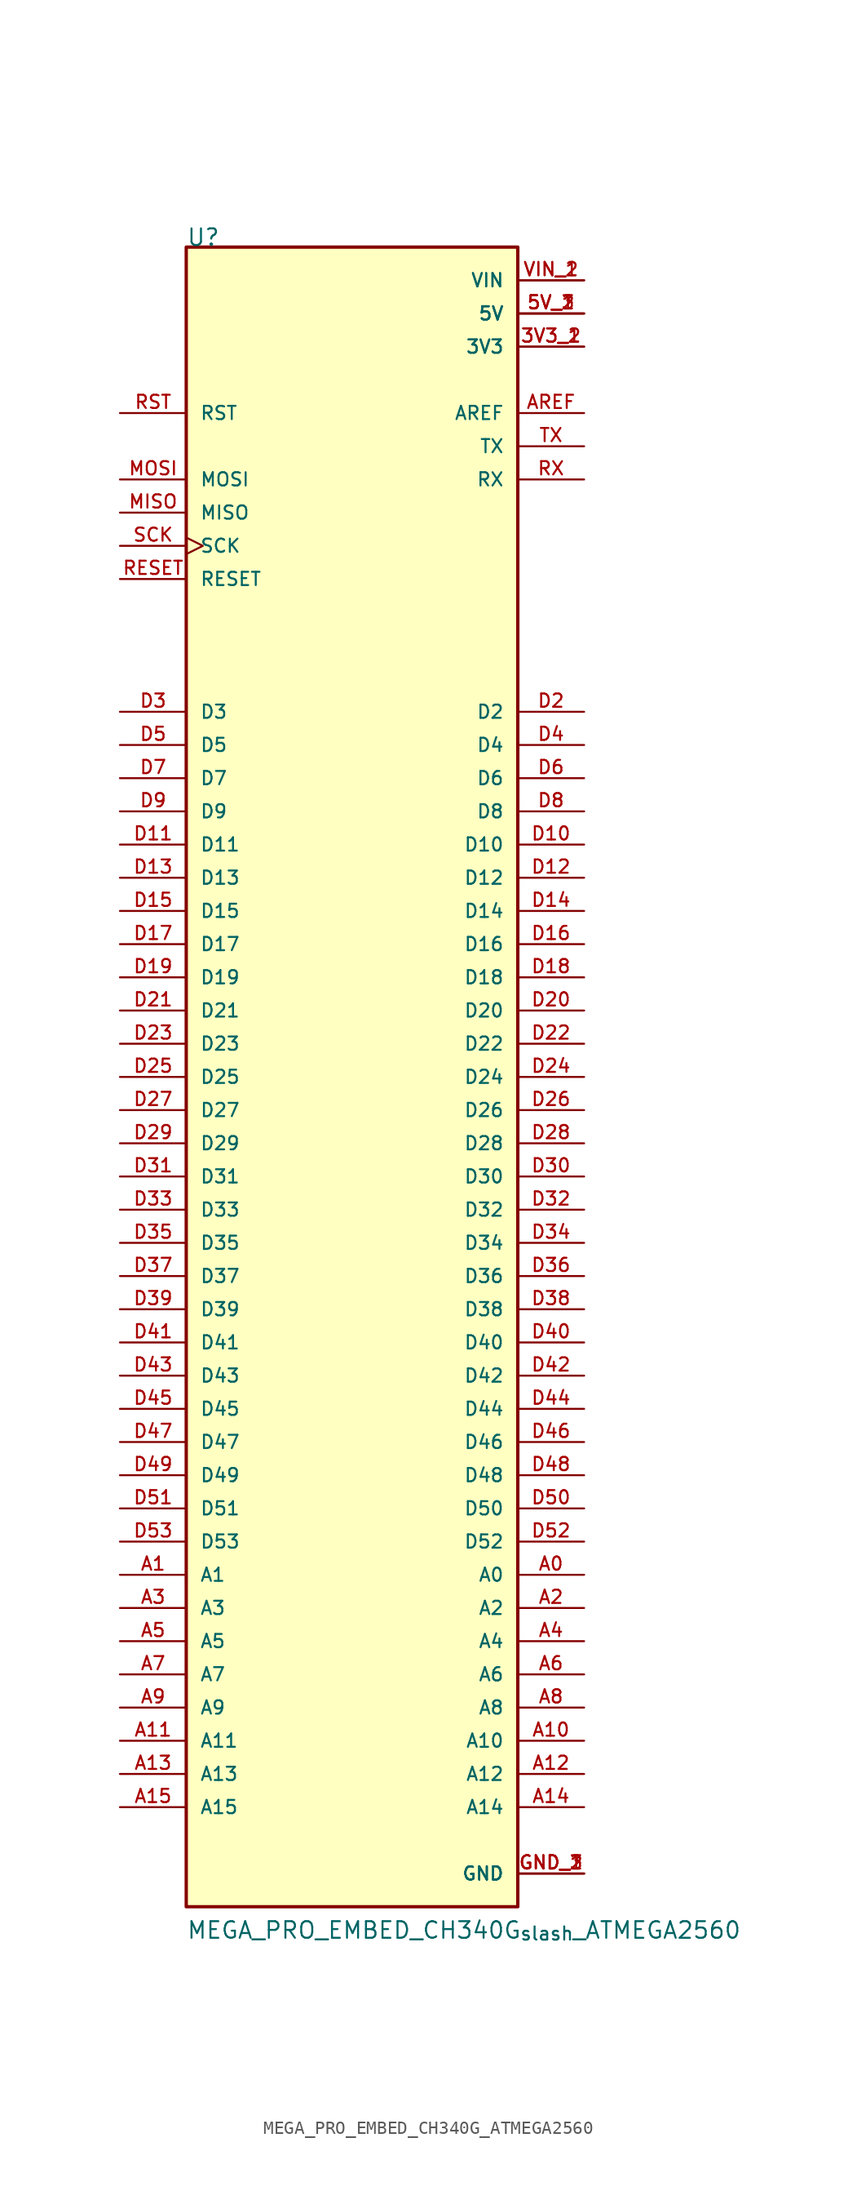
<source format=kicad_sym>
(kicad_symbol_lib
  (version 20211014)
  (generator kicad_symbol_editor)
  (symbol "MEGA_PRO_EMBED_CH340G_ATMEGA2560"
    (pin_names
      (offset 1.016))
    (property "Reference" "U"
      (at -12.7 63.5 0)
      (effects (font (size 1.27 1.27)) (justify bottom left)))
    (property "Value" "MEGA_PRO_EMBED_CH340G_{slash}_ATMEGA2560"
      (at -12.7 -66.04 0)
      (effects (font (size 1.27 1.27)) (justify bottom left)))
    (symbol "MEGA_PRO_EMBED_CH340G_ATMEGA2560_0_0"
      (rectangle (start -12.7 -63.5) (end 12.7 63.5) (stroke (width 0.254)) (fill (type background)))
      (pin bidirectional line (at 17.78 50.8 180.0) (length 5.08) (name "AREF" (effects (font (size 1.016 1.016)))) (number "AREF" (effects (font (size 1.016 1.016)))))
      (pin input line (at 17.78 45.72 180.0) (length 5.08) (name "RX" (effects (font (size 1.016 1.016)))) (number "RX" (effects (font (size 1.016 1.016)))))
      (pin bidirectional line (at 17.78 27.94 180.0) (length 5.08) (name "D2" (effects (font (size 1.016 1.016)))) (number "D2" (effects (font (size 1.016 1.016)))))
      (pin bidirectional line (at 17.78 25.4 180.0) (length 5.08) (name "D4" (effects (font (size 1.016 1.016)))) (number "D4" (effects (font (size 1.016 1.016)))))
      (pin bidirectional line (at 17.78 22.86 180.0) (length 5.08) (name "D6" (effects (font (size 1.016 1.016)))) (number "D6" (effects (font (size 1.016 1.016)))))
      (pin bidirectional line (at 17.78 20.32 180.0) (length 5.08) (name "D8" (effects (font (size 1.016 1.016)))) (number "D8" (effects (font (size 1.016 1.016)))))
      (pin bidirectional line (at 17.78 17.78 180.0) (length 5.08) (name "D10" (effects (font (size 1.016 1.016)))) (number "D10" (effects (font (size 1.016 1.016)))))
      (pin bidirectional line (at 17.78 15.24 180.0) (length 5.08) (name "D12" (effects (font (size 1.016 1.016)))) (number "D12" (effects (font (size 1.016 1.016)))))
      (pin bidirectional line (at 17.78 12.7 180.0) (length 5.08) (name "D14" (effects (font (size 1.016 1.016)))) (number "D14" (effects (font (size 1.016 1.016)))))
      (pin bidirectional line (at 17.78 10.16 180.0) (length 5.08) (name "D16" (effects (font (size 1.016 1.016)))) (number "D16" (effects (font (size 1.016 1.016)))))
      (pin bidirectional line (at 17.78 7.62 180.0) (length 5.08) (name "D18" (effects (font (size 1.016 1.016)))) (number "D18" (effects (font (size 1.016 1.016)))))
      (pin bidirectional line (at 17.78 5.08 180.0) (length 5.08) (name "D20" (effects (font (size 1.016 1.016)))) (number "D20" (effects (font (size 1.016 1.016)))))
      (pin bidirectional line (at 17.78 2.54 180.0) (length 5.08) (name "D22" (effects (font (size 1.016 1.016)))) (number "D22" (effects (font (size 1.016 1.016)))))
      (pin bidirectional line (at 17.78 0.0 180.0) (length 5.08) (name "D24" (effects (font (size 1.016 1.016)))) (number "D24" (effects (font (size 1.016 1.016)))))
      (pin bidirectional line (at 17.78 -2.54 180.0) (length 5.08) (name "D26" (effects (font (size 1.016 1.016)))) (number "D26" (effects (font (size 1.016 1.016)))))
      (pin bidirectional line (at 17.78 -5.08 180.0) (length 5.08) (name "D28" (effects (font (size 1.016 1.016)))) (number "D28" (effects (font (size 1.016 1.016)))))
      (pin bidirectional line (at 17.78 -7.62 180.0) (length 5.08) (name "D30" (effects (font (size 1.016 1.016)))) (number "D30" (effects (font (size 1.016 1.016)))))
      (pin power_in line (at 17.78 60.96 180.0) (length 5.08) (name "VIN" (effects (font (size 1.016 1.016)))) (number "VIN_1" (effects (font (size 1.016 1.016)))))
      (pin power_in line (at 17.78 60.96 180.0) (length 5.08) (name "VIN" (effects (font (size 1.016 1.016)))) (number "VIN_2" (effects (font (size 1.016 1.016)))))
      (pin power_in line (at 17.78 -60.96 180.0) (length 5.08) (name "GND" (effects (font (size 1.016 1.016)))) (number "GND_1" (effects (font (size 1.016 1.016)))))
      (pin power_in line (at 17.78 -60.96 180.0) (length 5.08) (name "GND" (effects (font (size 1.016 1.016)))) (number "GND_2" (effects (font (size 1.016 1.016)))))
      (pin power_in line (at 17.78 -60.96 180.0) (length 5.08) (name "GND" (effects (font (size 1.016 1.016)))) (number "GND_3" (effects (font (size 1.016 1.016)))))
      (pin power_in line (at 17.78 58.42 180.0) (length 5.08) (name "5V" (effects (font (size 1.016 1.016)))) (number "5V_1" (effects (font (size 1.016 1.016)))))
      (pin power_in line (at 17.78 58.42 180.0) (length 5.08) (name "5V" (effects (font (size 1.016 1.016)))) (number "5V_2" (effects (font (size 1.016 1.016)))))
      (pin power_in line (at 17.78 58.42 180.0) (length 5.08) (name "5V" (effects (font (size 1.016 1.016)))) (number "5V_3" (effects (font (size 1.016 1.016)))))
      (pin power_in line (at 17.78 55.88 180.0) (length 5.08) (name "3V3" (effects (font (size 1.016 1.016)))) (number "3V3_1" (effects (font (size 1.016 1.016)))))
      (pin power_in line (at 17.78 55.88 180.0) (length 5.08) (name "3V3" (effects (font (size 1.016 1.016)))) (number "3V3_2" (effects (font (size 1.016 1.016)))))
      (pin input line (at -17.78 50.8 0) (length 5.08) (name "RST" (effects (font (size 1.016 1.016)))) (number "RST" (effects (font (size 1.016 1.016)))))
      (pin output line (at 17.78 48.26 180.0) (length 5.08) (name "TX" (effects (font (size 1.016 1.016)))) (number "TX" (effects (font (size 1.016 1.016)))))
      (pin bidirectional line (at -17.78 27.94 0) (length 5.08) (name "D3" (effects (font (size 1.016 1.016)))) (number "D3" (effects (font (size 1.016 1.016)))))
      (pin bidirectional line (at -17.78 25.4 0) (length 5.08) (name "D5" (effects (font (size 1.016 1.016)))) (number "D5" (effects (font (size 1.016 1.016)))))
      (pin bidirectional line (at -17.78 22.86 0) (length 5.08) (name "D7" (effects (font (size 1.016 1.016)))) (number "D7" (effects (font (size 1.016 1.016)))))
      (pin bidirectional line (at -17.78 20.32 0) (length 5.08) (name "D9" (effects (font (size 1.016 1.016)))) (number "D9" (effects (font (size 1.016 1.016)))))
      (pin bidirectional line (at -17.78 17.78 0) (length 5.08) (name "D11" (effects (font (size 1.016 1.016)))) (number "D11" (effects (font (size 1.016 1.016)))))
      (pin bidirectional line (at -17.78 15.24 0) (length 5.08) (name "D13" (effects (font (size 1.016 1.016)))) (number "D13" (effects (font (size 1.016 1.016)))))
      (pin bidirectional line (at -17.78 12.7 0) (length 5.08) (name "D15" (effects (font (size 1.016 1.016)))) (number "D15" (effects (font (size 1.016 1.016)))))
      (pin bidirectional line (at -17.78 10.16 0) (length 5.08) (name "D17" (effects (font (size 1.016 1.016)))) (number "D17" (effects (font (size 1.016 1.016)))))
      (pin bidirectional line (at -17.78 7.62 0) (length 5.08) (name "D19" (effects (font (size 1.016 1.016)))) (number "D19" (effects (font (size 1.016 1.016)))))
      (pin bidirectional line (at -17.78 5.08 0) (length 5.08) (name "D21" (effects (font (size 1.016 1.016)))) (number "D21" (effects (font (size 1.016 1.016)))))
      (pin bidirectional line (at -17.78 2.54 0) (length 5.08) (name "D23" (effects (font (size 1.016 1.016)))) (number "D23" (effects (font (size 1.016 1.016)))))
      (pin bidirectional line (at -17.78 0.0 0) (length 5.08) (name "D25" (effects (font (size 1.016 1.016)))) (number "D25" (effects (font (size 1.016 1.016)))))
      (pin bidirectional line (at -17.78 -2.54 0) (length 5.08) (name "D27" (effects (font (size 1.016 1.016)))) (number "D27" (effects (font (size 1.016 1.016)))))
      (pin bidirectional line (at -17.78 -5.08 0) (length 5.08) (name "D29" (effects (font (size 1.016 1.016)))) (number "D29" (effects (font (size 1.016 1.016)))))
      (pin bidirectional line (at -17.78 -7.62 0) (length 5.08) (name "D31" (effects (font (size 1.016 1.016)))) (number "D31" (effects (font (size 1.016 1.016)))))
      (pin bidirectional line (at -17.78 -10.16 0) (length 5.08) (name "D33" (effects (font (size 1.016 1.016)))) (number "D33" (effects (font (size 1.016 1.016)))))
      (pin bidirectional line (at -17.78 -12.7 0) (length 5.08) (name "D35" (effects (font (size 1.016 1.016)))) (number "D35" (effects (font (size 1.016 1.016)))))
      (pin bidirectional line (at -17.78 -15.24 0) (length 5.08) (name "D37" (effects (font (size 1.016 1.016)))) (number "D37" (effects (font (size 1.016 1.016)))))
      (pin bidirectional line (at -17.78 -17.78 0) (length 5.08) (name "D39" (effects (font (size 1.016 1.016)))) (number "D39" (effects (font (size 1.016 1.016)))))
      (pin bidirectional line (at -17.78 -20.32 0) (length 5.08) (name "D41" (effects (font (size 1.016 1.016)))) (number "D41" (effects (font (size 1.016 1.016)))))
      (pin bidirectional line (at -17.78 -22.86 0) (length 5.08) (name "D43" (effects (font (size 1.016 1.016)))) (number "D43" (effects (font (size 1.016 1.016)))))
      (pin bidirectional line (at -17.78 -25.4 0) (length 5.08) (name "D45" (effects (font (size 1.016 1.016)))) (number "D45" (effects (font (size 1.016 1.016)))))
      (pin bidirectional line (at -17.78 -27.94 0) (length 5.08) (name "D47" (effects (font (size 1.016 1.016)))) (number "D47" (effects (font (size 1.016 1.016)))))
      (pin bidirectional line (at -17.78 -30.48 0) (length 5.08) (name "D49" (effects (font (size 1.016 1.016)))) (number "D49" (effects (font (size 1.016 1.016)))))
      (pin bidirectional line (at -17.78 -33.02 0) (length 5.08) (name "D51" (effects (font (size 1.016 1.016)))) (number "D51" (effects (font (size 1.016 1.016)))))
      (pin bidirectional line (at -17.78 -35.56 0) (length 5.08) (name "D53" (effects (font (size 1.016 1.016)))) (number "D53" (effects (font (size 1.016 1.016)))))
      (pin bidirectional line (at -17.78 -38.1 0) (length 5.08) (name "A1" (effects (font (size 1.016 1.016)))) (number "A1" (effects (font (size 1.016 1.016)))))
      (pin bidirectional line (at -17.78 -40.64 0) (length 5.08) (name "A3" (effects (font (size 1.016 1.016)))) (number "A3" (effects (font (size 1.016 1.016)))))
      (pin bidirectional line (at -17.78 -43.18 0) (length 5.08) (name "A5" (effects (font (size 1.016 1.016)))) (number "A5" (effects (font (size 1.016 1.016)))))
      (pin bidirectional line (at -17.78 -45.72 0) (length 5.08) (name "A7" (effects (font (size 1.016 1.016)))) (number "A7" (effects (font (size 1.016 1.016)))))
      (pin bidirectional line (at 17.78 -10.16 180.0) (length 5.08) (name "D32" (effects (font (size 1.016 1.016)))) (number "D32" (effects (font (size 1.016 1.016)))))
      (pin bidirectional line (at 17.78 -12.7 180.0) (length 5.08) (name "D34" (effects (font (size 1.016 1.016)))) (number "D34" (effects (font (size 1.016 1.016)))))
      (pin bidirectional line (at 17.78 -15.24 180.0) (length 5.08) (name "D36" (effects (font (size 1.016 1.016)))) (number "D36" (effects (font (size 1.016 1.016)))))
      (pin bidirectional line (at 17.78 -17.78 180.0) (length 5.08) (name "D38" (effects (font (size 1.016 1.016)))) (number "D38" (effects (font (size 1.016 1.016)))))
      (pin bidirectional line (at 17.78 -20.32 180.0) (length 5.08) (name "D40" (effects (font (size 1.016 1.016)))) (number "D40" (effects (font (size 1.016 1.016)))))
      (pin bidirectional line (at 17.78 -22.86 180.0) (length 5.08) (name "D42" (effects (font (size 1.016 1.016)))) (number "D42" (effects (font (size 1.016 1.016)))))
      (pin bidirectional line (at 17.78 -25.4 180.0) (length 5.08) (name "D44" (effects (font (size 1.016 1.016)))) (number "D44" (effects (font (size 1.016 1.016)))))
      (pin bidirectional line (at 17.78 -27.94 180.0) (length 5.08) (name "D46" (effects (font (size 1.016 1.016)))) (number "D46" (effects (font (size 1.016 1.016)))))
      (pin bidirectional line (at 17.78 -30.48 180.0) (length 5.08) (name "D48" (effects (font (size 1.016 1.016)))) (number "D48" (effects (font (size 1.016 1.016)))))
      (pin bidirectional line (at 17.78 -33.02 180.0) (length 5.08) (name "D50" (effects (font (size 1.016 1.016)))) (number "D50" (effects (font (size 1.016 1.016)))))
      (pin bidirectional line (at 17.78 -35.56 180.0) (length 5.08) (name "D52" (effects (font (size 1.016 1.016)))) (number "D52" (effects (font (size 1.016 1.016)))))
      (pin bidirectional line (at 17.78 -38.1 180.0) (length 5.08) (name "A0" (effects (font (size 1.016 1.016)))) (number "A0" (effects (font (size 1.016 1.016)))))
      (pin bidirectional line (at 17.78 -40.64 180.0) (length 5.08) (name "A2" (effects (font (size 1.016 1.016)))) (number "A2" (effects (font (size 1.016 1.016)))))
      (pin bidirectional line (at 17.78 -43.18 180.0) (length 5.08) (name "A4" (effects (font (size 1.016 1.016)))) (number "A4" (effects (font (size 1.016 1.016)))))
      (pin bidirectional line (at 17.78 -45.72 180.0) (length 5.08) (name "A6" (effects (font (size 1.016 1.016)))) (number "A6" (effects (font (size 1.016 1.016)))))
      (pin bidirectional line (at 17.78 -48.26 180.0) (length 5.08) (name "A8" (effects (font (size 1.016 1.016)))) (number "A8" (effects (font (size 1.016 1.016)))))
      (pin bidirectional line (at -17.78 -48.26 0) (length 5.08) (name "A9" (effects (font (size 1.016 1.016)))) (number "A9" (effects (font (size 1.016 1.016)))))
      (pin bidirectional line (at -17.78 -50.8 0) (length 5.08) (name "A11" (effects (font (size 1.016 1.016)))) (number "A11" (effects (font (size 1.016 1.016)))))
      (pin bidirectional line (at -17.78 -53.34 0) (length 5.08) (name "A13" (effects (font (size 1.016 1.016)))) (number "A13" (effects (font (size 1.016 1.016)))))
      (pin bidirectional line (at -17.78 -55.88 0) (length 5.08) (name "A15" (effects (font (size 1.016 1.016)))) (number "A15" (effects (font (size 1.016 1.016)))))
      (pin bidirectional line (at 17.78 -50.8 180.0) (length 5.08) (name "A10" (effects (font (size 1.016 1.016)))) (number "A10" (effects (font (size 1.016 1.016)))))
      (pin bidirectional line (at 17.78 -53.34 180.0) (length 5.08) (name "A12" (effects (font (size 1.016 1.016)))) (number "A12" (effects (font (size 1.016 1.016)))))
      (pin bidirectional line (at 17.78 -55.88 180.0) (length 5.08) (name "A14" (effects (font (size 1.016 1.016)))) (number "A14" (effects (font (size 1.016 1.016)))))
      (pin bidirectional line (at -17.78 45.72 0) (length 5.08) (name "MOSI" (effects (font (size 1.016 1.016)))) (number "MOSI" (effects (font (size 1.016 1.016)))))
      (pin bidirectional line (at -17.78 43.18 0) (length 5.08) (name "MISO" (effects (font (size 1.016 1.016)))) (number "MISO" (effects (font (size 1.016 1.016)))))
      (pin bidirectional clock (at -17.78 40.64 0) (length 5.08) (name "SCK" (effects (font (size 1.016 1.016)))) (number "SCK" (effects (font (size 1.016 1.016)))))
      (pin input line (at -17.78 38.1 0) (length 5.08) (name "RESET" (effects (font (size 1.016 1.016)))) (number "RESET" (effects (font (size 1.016 1.016))))))))
</source>
